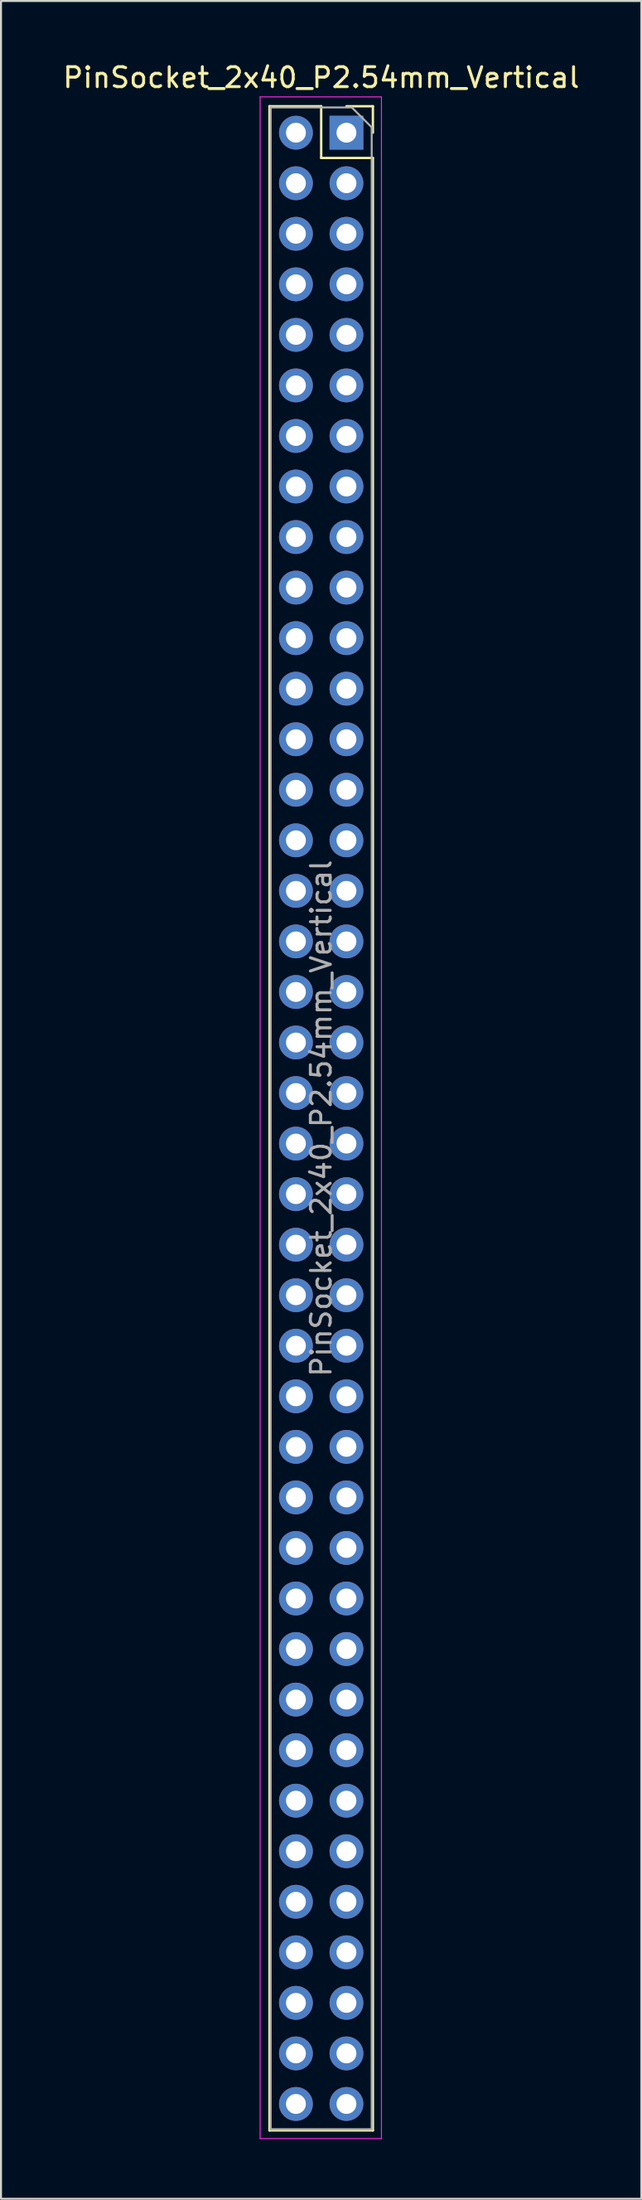
<source format=kicad_pcb>
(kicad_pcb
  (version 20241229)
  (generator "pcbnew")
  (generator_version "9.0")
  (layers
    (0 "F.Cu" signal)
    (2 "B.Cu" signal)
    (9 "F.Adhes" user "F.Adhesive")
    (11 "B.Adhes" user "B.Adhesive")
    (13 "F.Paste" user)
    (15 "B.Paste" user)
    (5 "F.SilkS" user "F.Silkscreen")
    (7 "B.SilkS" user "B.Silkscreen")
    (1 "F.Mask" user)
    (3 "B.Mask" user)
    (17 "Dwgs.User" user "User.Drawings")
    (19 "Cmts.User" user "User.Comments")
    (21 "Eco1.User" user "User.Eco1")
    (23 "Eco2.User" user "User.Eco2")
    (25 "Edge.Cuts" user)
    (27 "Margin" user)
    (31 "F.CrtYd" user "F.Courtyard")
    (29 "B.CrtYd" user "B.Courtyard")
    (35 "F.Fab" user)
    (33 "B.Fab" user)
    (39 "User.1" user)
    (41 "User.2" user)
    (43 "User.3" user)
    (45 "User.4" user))
  (footprint "PinSocket_2x40_P2.54mm_Vertical"
    (layer "F.Cu")
    (at 14.371 3.618)
    (property "Reference" "PinSocket_2x40_P2.54mm_Vertical" (at -1.27 -2.77 0) (layer "F.SilkS") (effects (font (size 1 1) (thickness 0.15))))
    (attr through_hole)
    (fp_line (start -3.87 -1.33) (end -3.87 100.39) (stroke (width 0.12) (type solid)) (layer "F.SilkS"))
    (fp_line (start -3.87 -1.33) (end -1.27 -1.33) (stroke (width 0.12) (type solid)) (layer "F.SilkS"))
    (fp_line (start -3.87 100.39) (end 1.33 100.39) (stroke (width 0.12) (type solid)) (layer "F.SilkS"))
    (fp_line (start -1.27 -1.33) (end -1.27 1.27) (stroke (width 0.12) (type solid)) (layer "F.SilkS"))
    (fp_line (start -1.27 1.27) (end 1.33 1.27) (stroke (width 0.12) (type solid)) (layer "F.SilkS"))
    (fp_line (start 0 -1.33) (end 1.33 -1.33) (stroke (width 0.12) (type solid)) (layer "F.SilkS"))
    (fp_line (start 1.33 -1.33) (end 1.33 0) (stroke (width 0.12) (type solid)) (layer "F.SilkS"))
    (fp_line (start 1.33 1.27) (end 1.33 100.39) (stroke (width 0.12) (type solid)) (layer "F.SilkS"))
    (fp_line (start -4.34 -1.8) (end 1.76 -1.8) (stroke (width 0.05) (type solid)) (layer "F.CrtYd"))
    (fp_line (start -4.34 100.8) (end -4.34 -1.8) (stroke (width 0.05) (type solid)) (layer "F.CrtYd"))
    (fp_line (start 1.76 -1.8) (end 1.76 100.8) (stroke (width 0.05) (type solid)) (layer "F.CrtYd"))
    (fp_line (start 1.76 100.8) (end -4.34 100.8) (stroke (width 0.05) (type solid)) (layer "F.CrtYd"))
    (fp_line (start -3.81 -1.27) (end 0.27 -1.27) (stroke (width 0.1) (type solid)) (layer "F.Fab"))
    (fp_line (start -3.81 100.33) (end -3.81 -1.27) (stroke (width 0.1) (type solid)) (layer "F.Fab"))
    (fp_line (start 0.27 -1.27) (end 1.27 -0.27) (stroke (width 0.1) (type solid)) (layer "F.Fab"))
    (fp_line (start 1.27 -0.27) (end 1.27 100.33) (stroke (width 0.1) (type solid)) (layer "F.Fab"))
    (fp_line (start 1.27 100.33) (end -3.81 100.33) (stroke (width 0.1) (type solid)) (layer "F.Fab"))
    (fp_text user "${REFERENCE}" (at -1.27 49.53 90) (layer "F.Fab") (effects (font (size 1 1) (thickness 0.15))))
    (pad "1" thru_hole rect (at 0 0) (size 1.7 1.7) (drill 1) (layers "*.Cu" "*.Mask"))
    (pad "2" thru_hole circle (at -2.54 0) (size 1.7 1.7) (drill 1) (layers "*.Cu" "*.Mask"))
    (pad "3" thru_hole circle (at 0 2.54) (size 1.7 1.7) (drill 1) (layers "*.Cu" "*.Mask"))
    (pad "4" thru_hole circle (at -2.54 2.54) (size 1.7 1.7) (drill 1) (layers "*.Cu" "*.Mask"))
    (pad "5" thru_hole circle (at 0 5.08) (size 1.7 1.7) (drill 1) (layers "*.Cu" "*.Mask"))
    (pad "6" thru_hole circle (at -2.54 5.08) (size 1.7 1.7) (drill 1) (layers "*.Cu" "*.Mask"))
    (pad "7" thru_hole circle (at 0 7.62) (size 1.7 1.7) (drill 1) (layers "*.Cu" "*.Mask"))
    (pad "8" thru_hole circle (at -2.54 7.62) (size 1.7 1.7) (drill 1) (layers "*.Cu" "*.Mask"))
    (pad "9" thru_hole circle (at 0 10.16) (size 1.7 1.7) (drill 1) (layers "*.Cu" "*.Mask"))
    (pad "10" thru_hole circle (at -2.54 10.16) (size 1.7 1.7) (drill 1) (layers "*.Cu" "*.Mask"))
    (pad "11" thru_hole circle (at 0 12.7) (size 1.7 1.7) (drill 1) (layers "*.Cu" "*.Mask"))
    (pad "12" thru_hole circle (at -2.54 12.7) (size 1.7 1.7) (drill 1) (layers "*.Cu" "*.Mask"))
    (pad "13" thru_hole circle (at 0 15.24) (size 1.7 1.7) (drill 1) (layers "*.Cu" "*.Mask"))
    (pad "14" thru_hole circle (at -2.54 15.24) (size 1.7 1.7) (drill 1) (layers "*.Cu" "*.Mask"))
    (pad "15" thru_hole circle (at 0 17.78) (size 1.7 1.7) (drill 1) (layers "*.Cu" "*.Mask"))
    (pad "16" thru_hole circle (at -2.54 17.78) (size 1.7 1.7) (drill 1) (layers "*.Cu" "*.Mask"))
    (pad "17" thru_hole circle (at 0 20.32) (size 1.7 1.7) (drill 1) (layers "*.Cu" "*.Mask"))
    (pad "18" thru_hole circle (at -2.54 20.32) (size 1.7 1.7) (drill 1) (layers "*.Cu" "*.Mask"))
    (pad "19" thru_hole circle (at 0 22.86) (size 1.7 1.7) (drill 1) (layers "*.Cu" "*.Mask"))
    (pad "20" thru_hole circle (at -2.54 22.86) (size 1.7 1.7) (drill 1) (layers "*.Cu" "*.Mask"))
    (pad "21" thru_hole circle (at 0 25.4) (size 1.7 1.7) (drill 1) (layers "*.Cu" "*.Mask"))
    (pad "22" thru_hole circle (at -2.54 25.4) (size 1.7 1.7) (drill 1) (layers "*.Cu" "*.Mask"))
    (pad "23" thru_hole circle (at 0 27.94) (size 1.7 1.7) (drill 1) (layers "*.Cu" "*.Mask"))
    (pad "24" thru_hole circle (at -2.54 27.94) (size 1.7 1.7) (drill 1) (layers "*.Cu" "*.Mask"))
    (pad "25" thru_hole circle (at 0 30.48) (size 1.7 1.7) (drill 1) (layers "*.Cu" "*.Mask"))
    (pad "26" thru_hole circle (at -2.54 30.48) (size 1.7 1.7) (drill 1) (layers "*.Cu" "*.Mask"))
    (pad "27" thru_hole circle (at 0 33.02) (size 1.7 1.7) (drill 1) (layers "*.Cu" "*.Mask"))
    (pad "28" thru_hole circle (at -2.54 33.02) (size 1.7 1.7) (drill 1) (layers "*.Cu" "*.Mask"))
    (pad "29" thru_hole circle (at 0 35.56) (size 1.7 1.7) (drill 1) (layers "*.Cu" "*.Mask"))
    (pad "30" thru_hole circle (at -2.54 35.56) (size 1.7 1.7) (drill 1) (layers "*.Cu" "*.Mask"))
    (pad "31" thru_hole circle (at 0 38.1) (size 1.7 1.7) (drill 1) (layers "*.Cu" "*.Mask"))
    (pad "32" thru_hole circle (at -2.54 38.1) (size 1.7 1.7) (drill 1) (layers "*.Cu" "*.Mask"))
    (pad "33" thru_hole circle (at 0 40.64) (size 1.7 1.7) (drill 1) (layers "*.Cu" "*.Mask"))
    (pad "34" thru_hole circle (at -2.54 40.64) (size 1.7 1.7) (drill 1) (layers "*.Cu" "*.Mask"))
    (pad "35" thru_hole circle (at 0 43.18) (size 1.7 1.7) (drill 1) (layers "*.Cu" "*.Mask"))
    (pad "36" thru_hole circle (at -2.54 43.18) (size 1.7 1.7) (drill 1) (layers "*.Cu" "*.Mask"))
    (pad "37" thru_hole circle (at 0 45.72) (size 1.7 1.7) (drill 1) (layers "*.Cu" "*.Mask"))
    (pad "38" thru_hole circle (at -2.54 45.72) (size 1.7 1.7) (drill 1) (layers "*.Cu" "*.Mask"))
    (pad "39" thru_hole circle (at 0 48.26) (size 1.7 1.7) (drill 1) (layers "*.Cu" "*.Mask"))
    (pad "40" thru_hole circle (at -2.54 48.26) (size 1.7 1.7) (drill 1) (layers "*.Cu" "*.Mask"))
    (pad "41" thru_hole circle (at 0 50.8) (size 1.7 1.7) (drill 1) (layers "*.Cu" "*.Mask"))
    (pad "42" thru_hole circle (at -2.54 50.8) (size 1.7 1.7) (drill 1) (layers "*.Cu" "*.Mask"))
    (pad "43" thru_hole circle (at 0 53.34) (size 1.7 1.7) (drill 1) (layers "*.Cu" "*.Mask"))
    (pad "44" thru_hole circle (at -2.54 53.34) (size 1.7 1.7) (drill 1) (layers "*.Cu" "*.Mask"))
    (pad "45" thru_hole circle (at 0 55.88) (size 1.7 1.7) (drill 1) (layers "*.Cu" "*.Mask"))
    (pad "46" thru_hole circle (at -2.54 55.88) (size 1.7 1.7) (drill 1) (layers "*.Cu" "*.Mask"))
    (pad "47" thru_hole circle (at 0 58.42) (size 1.7 1.7) (drill 1) (layers "*.Cu" "*.Mask"))
    (pad "48" thru_hole circle (at -2.54 58.42) (size 1.7 1.7) (drill 1) (layers "*.Cu" "*.Mask"))
    (pad "49" thru_hole circle (at 0 60.96) (size 1.7 1.7) (drill 1) (layers "*.Cu" "*.Mask"))
    (pad "50" thru_hole circle (at -2.54 60.96) (size 1.7 1.7) (drill 1) (layers "*.Cu" "*.Mask"))
    (pad "51" thru_hole circle (at 0 63.5) (size 1.7 1.7) (drill 1) (layers "*.Cu" "*.Mask"))
    (pad "52" thru_hole circle (at -2.54 63.5) (size 1.7 1.7) (drill 1) (layers "*.Cu" "*.Mask"))
    (pad "53" thru_hole circle (at 0 66.04) (size 1.7 1.7) (drill 1) (layers "*.Cu" "*.Mask"))
    (pad "54" thru_hole circle (at -2.54 66.04) (size 1.7 1.7) (drill 1) (layers "*.Cu" "*.Mask"))
    (pad "55" thru_hole circle (at 0 68.58) (size 1.7 1.7) (drill 1) (layers "*.Cu" "*.Mask"))
    (pad "56" thru_hole circle (at -2.54 68.58) (size 1.7 1.7) (drill 1) (layers "*.Cu" "*.Mask"))
    (pad "57" thru_hole circle (at 0 71.12) (size 1.7 1.7) (drill 1) (layers "*.Cu" "*.Mask"))
    (pad "58" thru_hole circle (at -2.54 71.12) (size 1.7 1.7) (drill 1) (layers "*.Cu" "*.Mask"))
    (pad "59" thru_hole circle (at 0 73.66) (size 1.7 1.7) (drill 1) (layers "*.Cu" "*.Mask"))
    (pad "60" thru_hole circle (at -2.54 73.66) (size 1.7 1.7) (drill 1) (layers "*.Cu" "*.Mask"))
    (pad "61" thru_hole circle (at 0 76.2) (size 1.7 1.7) (drill 1) (layers "*.Cu" "*.Mask"))
    (pad "62" thru_hole circle (at -2.54 76.2) (size 1.7 1.7) (drill 1) (layers "*.Cu" "*.Mask"))
    (pad "63" thru_hole circle (at 0 78.74) (size 1.7 1.7) (drill 1) (layers "*.Cu" "*.Mask"))
    (pad "64" thru_hole circle (at -2.54 78.74) (size 1.7 1.7) (drill 1) (layers "*.Cu" "*.Mask"))
    (pad "65" thru_hole circle (at 0 81.28) (size 1.7 1.7) (drill 1) (layers "*.Cu" "*.Mask"))
    (pad "66" thru_hole circle (at -2.54 81.28) (size 1.7 1.7) (drill 1) (layers "*.Cu" "*.Mask"))
    (pad "67" thru_hole circle (at 0 83.82) (size 1.7 1.7) (drill 1) (layers "*.Cu" "*.Mask"))
    (pad "68" thru_hole circle (at -2.54 83.82) (size 1.7 1.7) (drill 1) (layers "*.Cu" "*.Mask"))
    (pad "69" thru_hole circle (at 0 86.36) (size 1.7 1.7) (drill 1) (layers "*.Cu" "*.Mask"))
    (pad "70" thru_hole circle (at -2.54 86.36) (size 1.7 1.7) (drill 1) (layers "*.Cu" "*.Mask"))
    (pad "71" thru_hole circle (at 0 88.9) (size 1.7 1.7) (drill 1) (layers "*.Cu" "*.Mask"))
    (pad "72" thru_hole circle (at -2.54 88.9) (size 1.7 1.7) (drill 1) (layers "*.Cu" "*.Mask"))
    (pad "73" thru_hole circle (at 0 91.44) (size 1.7 1.7) (drill 1) (layers "*.Cu" "*.Mask"))
    (pad "74" thru_hole circle (at -2.54 91.44) (size 1.7 1.7) (drill 1) (layers "*.Cu" "*.Mask"))
    (pad "75" thru_hole circle (at 0 93.98) (size 1.7 1.7) (drill 1) (layers "*.Cu" "*.Mask"))
    (pad "76" thru_hole circle (at -2.54 93.98) (size 1.7 1.7) (drill 1) (layers "*.Cu" "*.Mask"))
    (pad "77" thru_hole circle (at 0 96.52) (size 1.7 1.7) (drill 1) (layers "*.Cu" "*.Mask"))
    (pad "78" thru_hole circle (at -2.54 96.52) (size 1.7 1.7) (drill 1) (layers "*.Cu" "*.Mask"))
    (pad "79" thru_hole circle (at 0 99.06) (size 1.7 1.7) (drill 1) (layers "*.Cu" "*.Mask"))
    (pad "80" thru_hole circle (at -2.54 99.06) (size 1.7 1.7) (drill 1) (layers "*.Cu" "*.Mask")))
  (gr_rect
    (start -3 -3)
    (end 29.202 107.443)
    (stroke (width 0.1) (type default))
    (fill no)
    (layer "Edge.Cuts")))
</source>
